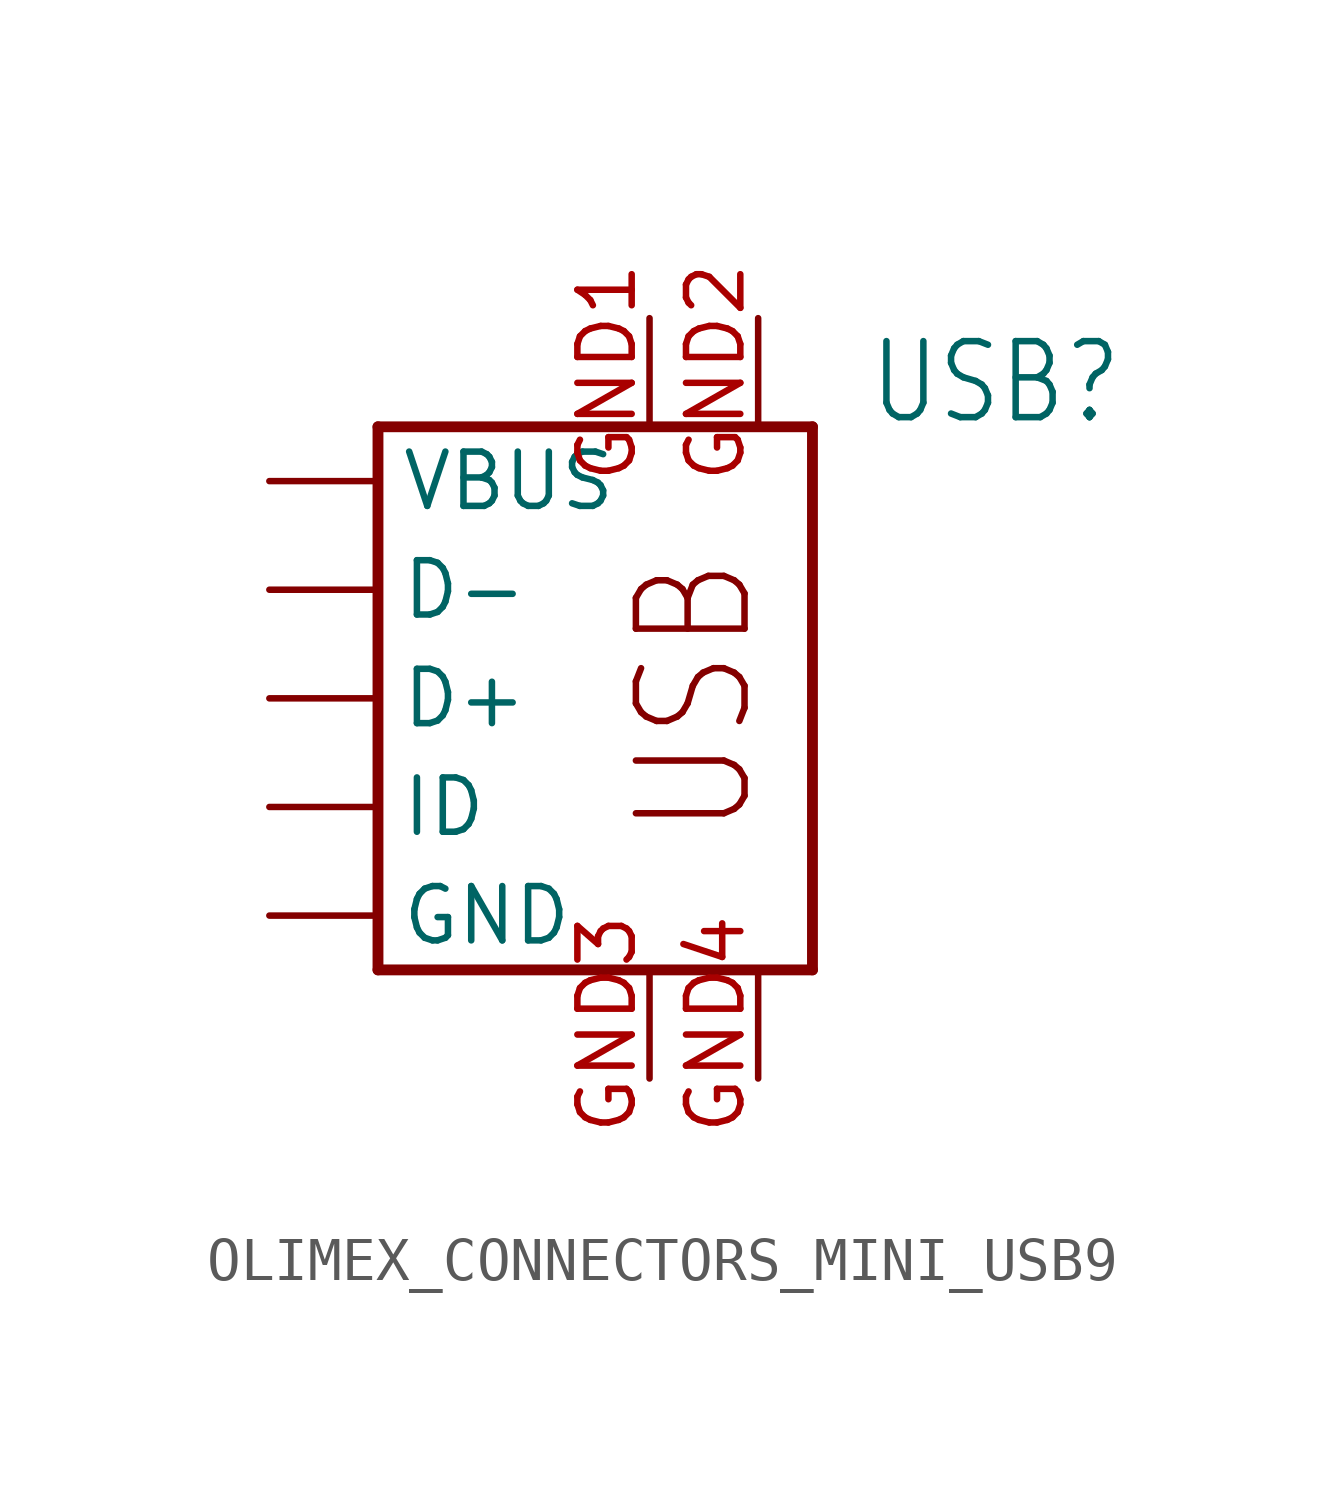
<source format=kicad_sym>
(kicad_symbol_lib
  (version 20231120)
  (generator "kicad_symbol_editor")
  (generator_version "8.0")
  (symbol "OLIMEX_CONNECTORS_MINI_USB9"
    (property "Reference" "USB"
      (at 8.89 5.08 0)
      (effects (font (size 1.778 1.511)) (justify left bottom)))
    (property "Value" ""
      (at 8.89 -6.35 0)
      (effects (font (size 1.778 1.511)) (justify left bottom)))
    (property "ki_locked" ""
      (at 0 0 0)
      (effects (font (size 1.27 1.27))))
    (symbol "OLIMEX_CONNECTORS_MINI_USB9_1_0"
      (polyline (pts (xy -2.54 -7.62) (xy 7.62 -7.62)) (stroke (width 0.254) (type solid)) (fill (type none)))
      (polyline (pts (xy -2.54 5.08) (xy -2.54 -7.62)) (stroke (width 0.254) (type solid)) (fill (type none)))
      (polyline (pts (xy 7.62 -7.62) (xy 7.62 5.08)) (stroke (width 0.254) (type solid)) (fill (type none)))
      (polyline (pts (xy 7.62 5.08) (xy -2.54 5.08)) (stroke (width 0.254) (type solid)) (fill (type none)))
      (text "USB" (at 6.35 -4.572 900) (effects (font (size 2.54 2.159)) (justify left bottom)))
      (pin input line (at -5.08 -1.27 0) (length 2.54) (name "D+" (effects (font (size 1.27 1.27)))) (number "D+" (effects (font (size 0 0)))))
      (pin input line (at -5.08 1.27 0) (length 2.54) (name "D-" (effects (font (size 1.27 1.27)))) (number "D-" (effects (font (size 0 0)))))
      (pin power_in line (at -5.08 -6.35 0) (length 2.54) (name "GND" (effects (font (size 1.27 1.27)))) (number "GND" (effects (font (size 0 0)))))
      (pin input line (at 3.81 7.62 270) (length 2.54) (name "GND1" (effects (font (size 0 0)))) (number "GND1" (effects (font (size 1.27 1.27)))))
      (pin input line (at 6.35 7.62 270) (length 2.54) (name "GND2" (effects (font (size 0 0)))) (number "GND2" (effects (font (size 1.27 1.27)))))
      (pin input line (at 3.81 -10.16 90) (length 2.54) (name "GND3" (effects (font (size 0 0)))) (number "GND3" (effects (font (size 1.27 1.27)))))
      (pin input line (at 6.35 -10.16 90) (length 2.54) (name "GND4" (effects (font (size 0 0)))) (number "GND4" (effects (font (size 1.27 1.27)))))
      (pin input line (at -5.08 -3.81 0) (length 2.54) (name "ID" (effects (font (size 1.27 1.27)))) (number "ID" (effects (font (size 0 0)))))
      (pin power_in line (at -5.08 3.81 0) (length 2.54) (name "VBUS" (effects (font (size 1.27 1.27)))) (number "VBUS" (effects (font (size 0 0))))))))
</source>
